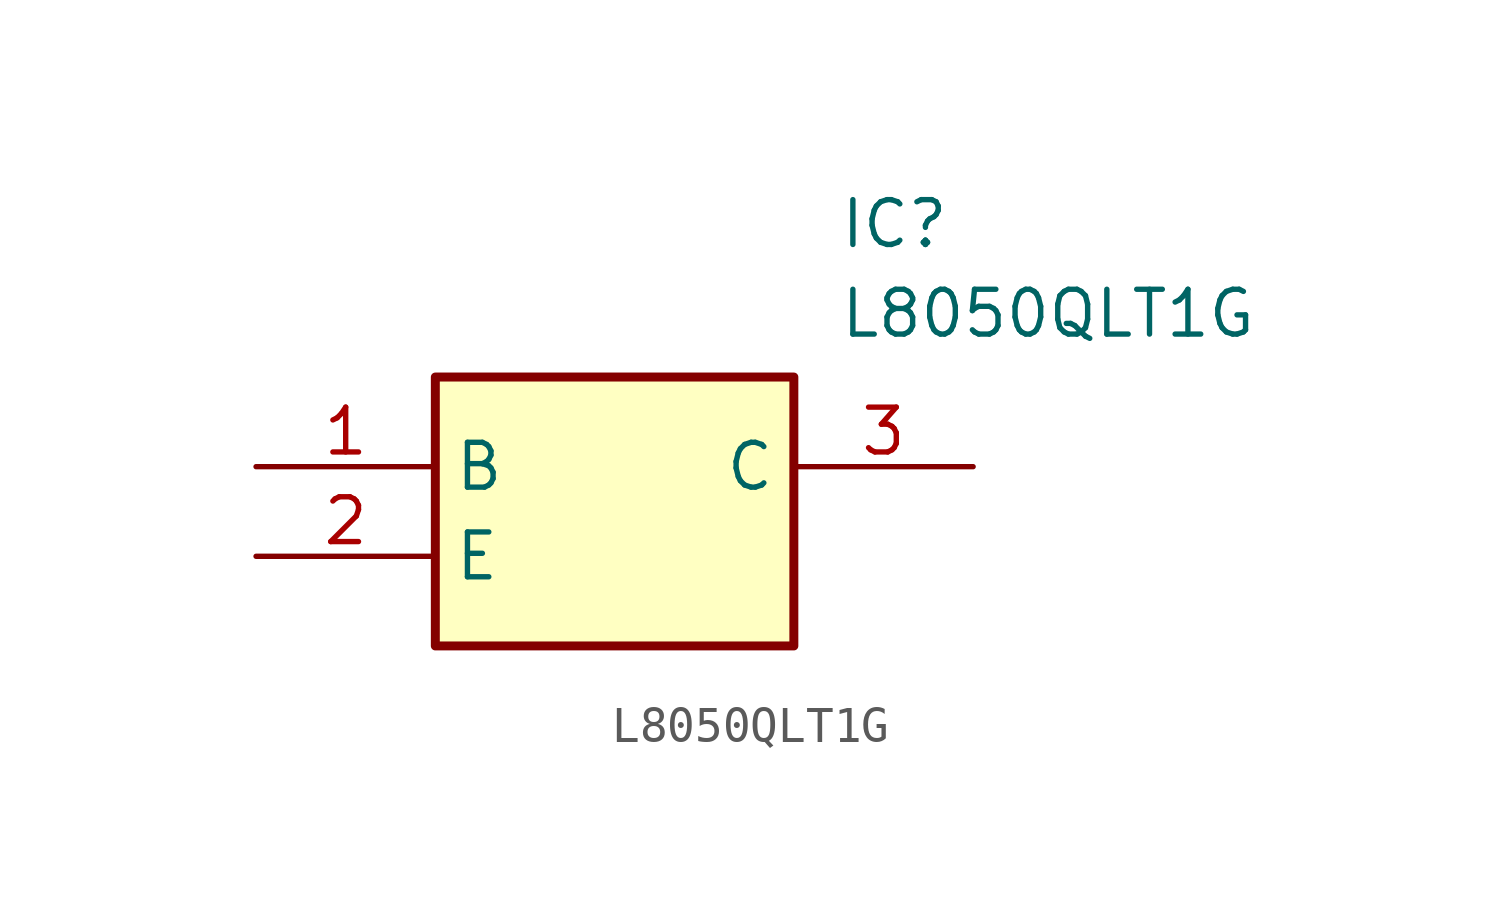
<source format=kicad_sym>
(kicad_symbol_lib
  (version 20211014)
  (generator SamacSys_ECAD_Model)
  (symbol "L8050QLT1G"
    (property "Reference" "IC"
      (at 16.51 7.62 0)
      (effects (font (size 1.27 1.27)) (justify left top)))
    (property "Value" "L8050QLT1G"
      (at 16.51 5.08 0)
      (effects (font (size 1.27 1.27)) (justify left top)))
    (rectangle
      (start 5.08 2.54)
      (end 15.24 -5.08)
      (stroke (width 0.254) (type default))
      (fill (type background)))
    (pin passive line
      (at 0 0 0)
      (length 5.08)
      (name "B" (effects (font (size 1.27 1.27))))
      (number "1" (effects (font (size 1.27 1.27)))))
    (pin passive line
      (at 0 -2.54 0)
      (length 5.08)
      (name "E" (effects (font (size 1.27 1.27))))
      (number "2" (effects (font (size 1.27 1.27)))))
    (pin passive line
      (at 20.32 0 180)
      (length 5.08)
      (name "C" (effects (font (size 1.27 1.27))))
      (number "3" (effects (font (size 1.27 1.27)))))))
</source>
